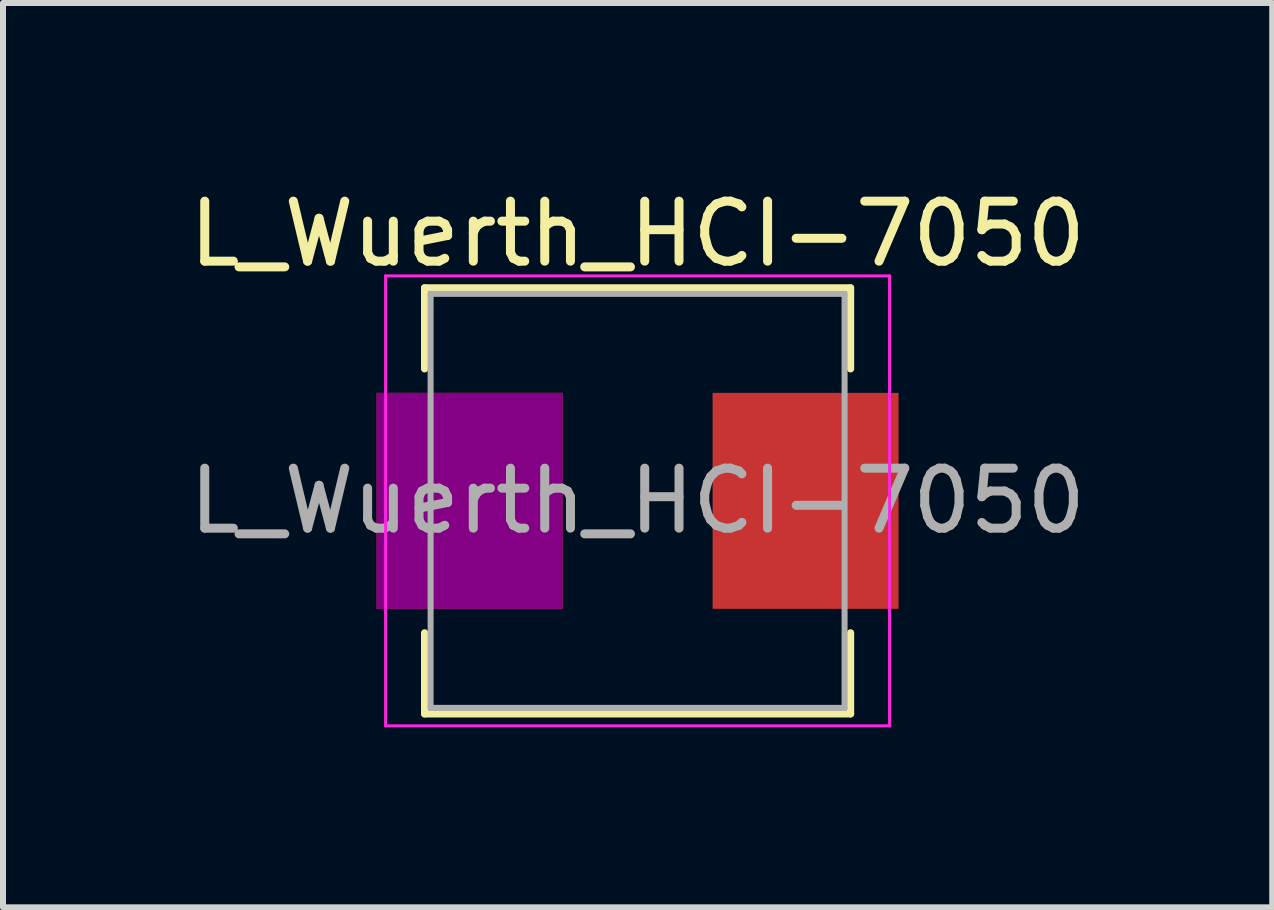
<source format=kicad_pcb>
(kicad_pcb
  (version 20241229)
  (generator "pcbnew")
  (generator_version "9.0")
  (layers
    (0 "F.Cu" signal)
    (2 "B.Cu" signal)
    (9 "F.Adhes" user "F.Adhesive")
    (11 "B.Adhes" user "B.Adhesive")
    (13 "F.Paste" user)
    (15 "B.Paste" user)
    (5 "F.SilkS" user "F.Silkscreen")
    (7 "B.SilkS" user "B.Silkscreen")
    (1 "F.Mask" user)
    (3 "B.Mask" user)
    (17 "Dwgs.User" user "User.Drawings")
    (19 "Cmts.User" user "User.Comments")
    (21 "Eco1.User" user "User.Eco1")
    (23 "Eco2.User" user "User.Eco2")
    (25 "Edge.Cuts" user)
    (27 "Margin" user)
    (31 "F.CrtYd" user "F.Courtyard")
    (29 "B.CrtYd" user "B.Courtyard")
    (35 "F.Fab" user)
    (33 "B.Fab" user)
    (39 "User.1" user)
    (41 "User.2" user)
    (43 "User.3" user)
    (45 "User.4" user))
  (footprint "L_Wuerth_HCI-7050"
    (layer "F.Cu")
    (at 7.577 5.298)
    (property "Reference" "L_Wuerth_HCI-7050" (at 0 -4.45 0) (layer "F.SilkS") (effects (font (size 1 1) (thickness 0.15))))
    (attr smd)
    (fp_line (start -3.55 -3.55) (end 3.55 -3.55) (stroke (width 0.12) (type solid)) (layer "F.SilkS"))
    (fp_line (start -3.55 -2.2) (end -3.55 -3.55) (stroke (width 0.12) (type solid)) (layer "F.SilkS"))
    (fp_line (start -3.55 2.2) (end -3.55 3.55) (stroke (width 0.12) (type solid)) (layer "F.SilkS"))
    (fp_line (start -3.55 3.55) (end 3.55 3.55) (stroke (width 0.12) (type solid)) (layer "F.SilkS"))
    (fp_line (start 3.55 -3.55) (end 3.55 -2.2) (stroke (width 0.12) (type solid)) (layer "F.SilkS"))
    (fp_line (start 3.55 3.55) (end 3.55 2.2) (stroke (width 0.12) (type solid)) (layer "F.SilkS"))
    (fp_line (start -4.2 -3.75) (end -4.2 3.75) (stroke (width 0.05) (type solid)) (layer "F.CrtYd"))
    (fp_line (start -4.2 3.75) (end 4.2 3.75) (stroke (width 0.05) (type solid)) (layer "F.CrtYd"))
    (fp_line (start 4.2 -3.75) (end -4.2 -3.75) (stroke (width 0.05) (type solid)) (layer "F.CrtYd"))
    (fp_line (start 4.2 3.75) (end 4.2 -3.75) (stroke (width 0.05) (type solid)) (layer "F.CrtYd"))
    (fp_line (start -3.45 -3.45) (end -3.45 3.45) (stroke (width 0.1) (type solid)) (layer "F.Fab"))
    (fp_line (start -3.45 3.45) (end 3.45 3.45) (stroke (width 0.1) (type solid)) (layer "F.Fab"))
    (fp_line (start 3.45 -3.45) (end -3.45 -3.45) (stroke (width 0.1) (type solid)) (layer "F.Fab"))
    (fp_line (start 3.45 3.45) (end 3.45 -3.45) (stroke (width 0.1) (type solid)) (layer "F.Fab"))
    (fp_text user "${REFERENCE}" (at 0 0 0) (layer "F.Fab") (effects (font (size 1 1) (thickness 0.15))))
    (pad "1" smd rect (at -2.8 0) (size 3.1 3.6) (layers "F.Cu" "F.Mask" "F.Adhes" "F.Paste"))
    (pad "2" smd rect (at 2.8 0) (size 3.1 3.6) (layers "F.Cu" "F.Mask" "F.Paste")))
  (gr_rect
    (start -3 -3)
    (end 18.155 12.073)
    (stroke (width 0.1) (type default))
    (fill no)
    (layer "Edge.Cuts")))
</source>
